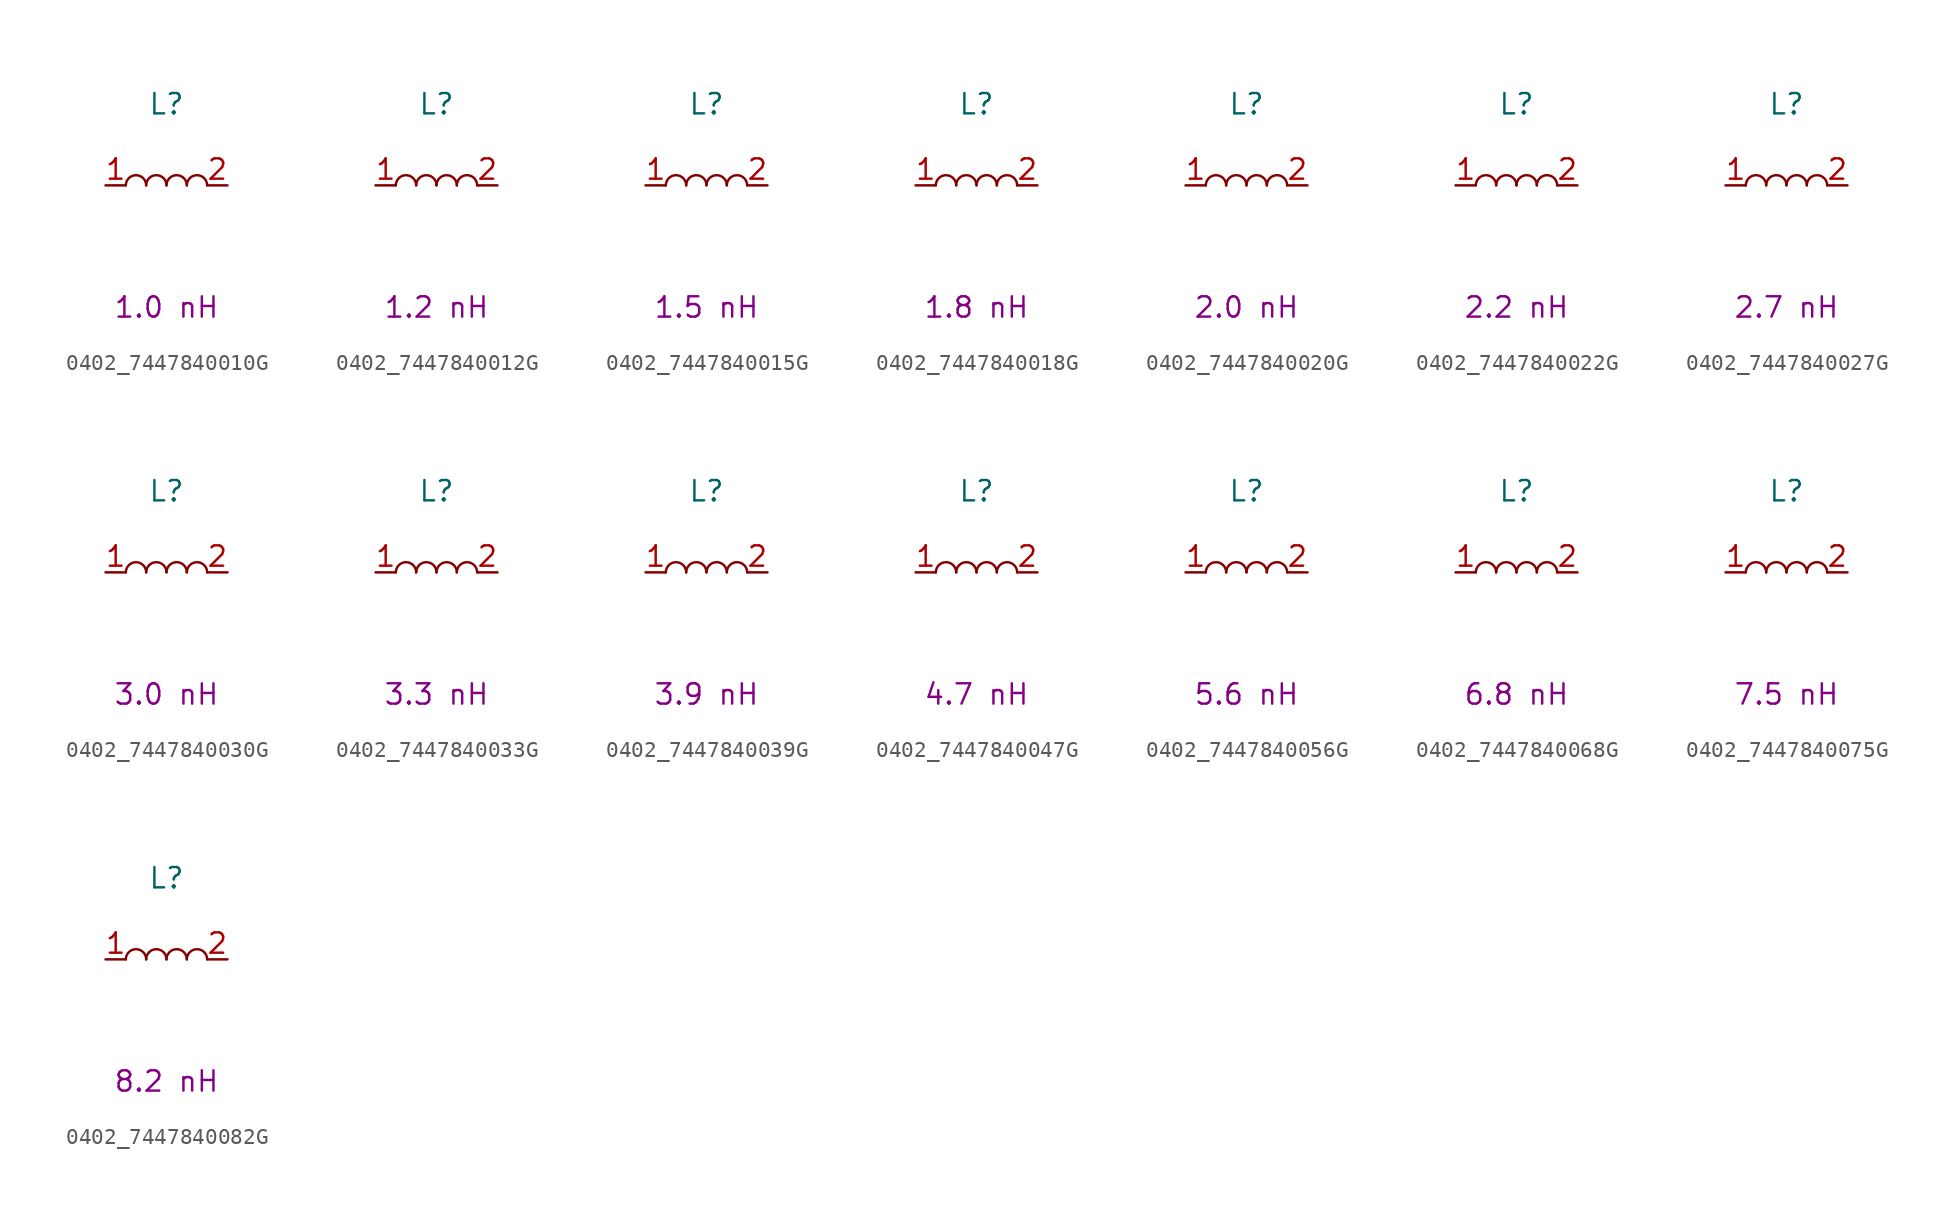
<source format=kicad_sym>
(kicad_symbol_lib
  (version 20220914)
  (generator kicad_symbol_editor)
  (symbol "0402_7447840010G"
    (pin_names hide)
    (property "Reference" "L"
      (at 0 5.08 0)
      (effects (font (size 1.27 1.27))))
    (property "Critical Parameter" "1.0 nH"
      (at 0 -7.62 0)
      (effects (font (size 1.27 1.27))))
    (symbol "0402_7447840010G_0_1"
      (arc (start -1.27 0) (mid -1.905 0.6323) (end -2.54 0) (stroke (width 0) (type default)) (fill (type none)))
      (arc (start 0 0) (mid -0.635 0.6323) (end -1.27 0) (stroke (width 0) (type default)) (fill (type none)))
      (arc (start 1.27 0) (mid 0.635 0.6323) (end 0 0) (stroke (width 0) (type default)) (fill (type none)))
      (arc (start 2.54 0) (mid 1.905 0.6323) (end 1.27 0) (stroke (width 0) (type default)) (fill (type none))))
    (symbol "0402_7447840010G_1_1"
      (pin passive line (at -3.81 0 0) (length 1.27) (name "1" (effects (font (size 1.27 1.27)))) (number "1" (effects (font (size 1.27 1.27)))))
      (pin passive line (at 3.81 0 180) (length 1.27) (name "2" (effects (font (size 1.27 1.27)))) (number "2" (effects (font (size 1.27 1.27)))))))
  (symbol "0402_7447840012G"
    (pin_names hide)
    (property "Reference" "L"
      (at 0 5.08 0)
      (effects (font (size 1.27 1.27))))
    (property "Critical Parameter" "1.2 nH"
      (at 0 -7.62 0)
      (effects (font (size 1.27 1.27))))
    (symbol "0402_7447840012G_0_1"
      (arc (start -1.27 0) (mid -1.905 0.6323) (end -2.54 0) (stroke (width 0) (type default)) (fill (type none)))
      (arc (start 0 0) (mid -0.635 0.6323) (end -1.27 0) (stroke (width 0) (type default)) (fill (type none)))
      (arc (start 1.27 0) (mid 0.635 0.6323) (end 0 0) (stroke (width 0) (type default)) (fill (type none)))
      (arc (start 2.54 0) (mid 1.905 0.6323) (end 1.27 0) (stroke (width 0) (type default)) (fill (type none))))
    (symbol "0402_7447840012G_1_1"
      (pin passive line (at -3.81 0 0) (length 1.27) (name "1" (effects (font (size 1.27 1.27)))) (number "1" (effects (font (size 1.27 1.27)))))
      (pin passive line (at 3.81 0 180) (length 1.27) (name "2" (effects (font (size 1.27 1.27)))) (number "2" (effects (font (size 1.27 1.27)))))))
  (symbol "0402_7447840015G"
    (pin_names hide)
    (property "Reference" "L"
      (at 0 5.08 0)
      (effects (font (size 1.27 1.27))))
    (property "Critical Parameter" "1.5 nH"
      (at 0 -7.62 0)
      (effects (font (size 1.27 1.27))))
    (symbol "0402_7447840015G_0_1"
      (arc (start -1.27 0) (mid -1.905 0.6323) (end -2.54 0) (stroke (width 0) (type default)) (fill (type none)))
      (arc (start 0 0) (mid -0.635 0.6323) (end -1.27 0) (stroke (width 0) (type default)) (fill (type none)))
      (arc (start 1.27 0) (mid 0.635 0.6323) (end 0 0) (stroke (width 0) (type default)) (fill (type none)))
      (arc (start 2.54 0) (mid 1.905 0.6323) (end 1.27 0) (stroke (width 0) (type default)) (fill (type none))))
    (symbol "0402_7447840015G_1_1"
      (pin passive line (at -3.81 0 0) (length 1.27) (name "1" (effects (font (size 1.27 1.27)))) (number "1" (effects (font (size 1.27 1.27)))))
      (pin passive line (at 3.81 0 180) (length 1.27) (name "2" (effects (font (size 1.27 1.27)))) (number "2" (effects (font (size 1.27 1.27)))))))
  (symbol "0402_7447840018G"
    (pin_names hide)
    (property "Reference" "L"
      (at 0 5.08 0)
      (effects (font (size 1.27 1.27))))
    (property "Critical Parameter" "1.8 nH"
      (at 0 -7.62 0)
      (effects (font (size 1.27 1.27))))
    (symbol "0402_7447840018G_0_1"
      (arc (start -1.27 0) (mid -1.905 0.6323) (end -2.54 0) (stroke (width 0) (type default)) (fill (type none)))
      (arc (start 0 0) (mid -0.635 0.6323) (end -1.27 0) (stroke (width 0) (type default)) (fill (type none)))
      (arc (start 1.27 0) (mid 0.635 0.6323) (end 0 0) (stroke (width 0) (type default)) (fill (type none)))
      (arc (start 2.54 0) (mid 1.905 0.6323) (end 1.27 0) (stroke (width 0) (type default)) (fill (type none))))
    (symbol "0402_7447840018G_1_1"
      (pin passive line (at -3.81 0 0) (length 1.27) (name "1" (effects (font (size 1.27 1.27)))) (number "1" (effects (font (size 1.27 1.27)))))
      (pin passive line (at 3.81 0 180) (length 1.27) (name "2" (effects (font (size 1.27 1.27)))) (number "2" (effects (font (size 1.27 1.27)))))))
  (symbol "0402_7447840020G"
    (pin_names hide)
    (property "Reference" "L"
      (at 0 5.08 0)
      (effects (font (size 1.27 1.27))))
    (property "Critical Parameter" "2.0 nH"
      (at 0 -7.62 0)
      (effects (font (size 1.27 1.27))))
    (symbol "0402_7447840020G_0_1"
      (arc (start -1.27 0) (mid -1.905 0.6323) (end -2.54 0) (stroke (width 0) (type default)) (fill (type none)))
      (arc (start 0 0) (mid -0.635 0.6323) (end -1.27 0) (stroke (width 0) (type default)) (fill (type none)))
      (arc (start 1.27 0) (mid 0.635 0.6323) (end 0 0) (stroke (width 0) (type default)) (fill (type none)))
      (arc (start 2.54 0) (mid 1.905 0.6323) (end 1.27 0) (stroke (width 0) (type default)) (fill (type none))))
    (symbol "0402_7447840020G_1_1"
      (pin passive line (at -3.81 0 0) (length 1.27) (name "1" (effects (font (size 1.27 1.27)))) (number "1" (effects (font (size 1.27 1.27)))))
      (pin passive line (at 3.81 0 180) (length 1.27) (name "2" (effects (font (size 1.27 1.27)))) (number "2" (effects (font (size 1.27 1.27)))))))
  (symbol "0402_7447840022G"
    (pin_names hide)
    (property "Reference" "L"
      (at 0 5.08 0)
      (effects (font (size 1.27 1.27))))
    (property "Critical Parameter" "2.2 nH"
      (at 0 -7.62 0)
      (effects (font (size 1.27 1.27))))
    (symbol "0402_7447840022G_0_1"
      (arc (start -1.27 0) (mid -1.905 0.6323) (end -2.54 0) (stroke (width 0) (type default)) (fill (type none)))
      (arc (start 0 0) (mid -0.635 0.6323) (end -1.27 0) (stroke (width 0) (type default)) (fill (type none)))
      (arc (start 1.27 0) (mid 0.635 0.6323) (end 0 0) (stroke (width 0) (type default)) (fill (type none)))
      (arc (start 2.54 0) (mid 1.905 0.6323) (end 1.27 0) (stroke (width 0) (type default)) (fill (type none))))
    (symbol "0402_7447840022G_1_1"
      (pin passive line (at -3.81 0 0) (length 1.27) (name "1" (effects (font (size 1.27 1.27)))) (number "1" (effects (font (size 1.27 1.27)))))
      (pin passive line (at 3.81 0 180) (length 1.27) (name "2" (effects (font (size 1.27 1.27)))) (number "2" (effects (font (size 1.27 1.27)))))))
  (symbol "0402_7447840027G"
    (pin_names hide)
    (property "Reference" "L"
      (at 0 5.08 0)
      (effects (font (size 1.27 1.27))))
    (property "Critical Parameter" "2.7 nH"
      (at 0 -7.62 0)
      (effects (font (size 1.27 1.27))))
    (symbol "0402_7447840027G_0_1"
      (arc (start -1.27 0) (mid -1.905 0.6323) (end -2.54 0) (stroke (width 0) (type default)) (fill (type none)))
      (arc (start 0 0) (mid -0.635 0.6323) (end -1.27 0) (stroke (width 0) (type default)) (fill (type none)))
      (arc (start 1.27 0) (mid 0.635 0.6323) (end 0 0) (stroke (width 0) (type default)) (fill (type none)))
      (arc (start 2.54 0) (mid 1.905 0.6323) (end 1.27 0) (stroke (width 0) (type default)) (fill (type none))))
    (symbol "0402_7447840027G_1_1"
      (pin passive line (at -3.81 0 0) (length 1.27) (name "1" (effects (font (size 1.27 1.27)))) (number "1" (effects (font (size 1.27 1.27)))))
      (pin passive line (at 3.81 0 180) (length 1.27) (name "2" (effects (font (size 1.27 1.27)))) (number "2" (effects (font (size 1.27 1.27)))))))
  (symbol "0402_7447840030G"
    (pin_names hide)
    (property "Reference" "L"
      (at 0 5.08 0)
      (effects (font (size 1.27 1.27))))
    (property "Critical Parameter" "3.0 nH"
      (at 0 -7.62 0)
      (effects (font (size 1.27 1.27))))
    (symbol "0402_7447840030G_0_1"
      (arc (start -1.27 0) (mid -1.905 0.6323) (end -2.54 0) (stroke (width 0) (type default)) (fill (type none)))
      (arc (start 0 0) (mid -0.635 0.6323) (end -1.27 0) (stroke (width 0) (type default)) (fill (type none)))
      (arc (start 1.27 0) (mid 0.635 0.6323) (end 0 0) (stroke (width 0) (type default)) (fill (type none)))
      (arc (start 2.54 0) (mid 1.905 0.6323) (end 1.27 0) (stroke (width 0) (type default)) (fill (type none))))
    (symbol "0402_7447840030G_1_1"
      (pin passive line (at -3.81 0 0) (length 1.27) (name "1" (effects (font (size 1.27 1.27)))) (number "1" (effects (font (size 1.27 1.27)))))
      (pin passive line (at 3.81 0 180) (length 1.27) (name "2" (effects (font (size 1.27 1.27)))) (number "2" (effects (font (size 1.27 1.27)))))))
  (symbol "0402_7447840033G"
    (pin_names hide)
    (property "Reference" "L"
      (at 0 5.08 0)
      (effects (font (size 1.27 1.27))))
    (property "Critical Parameter" "3.3 nH"
      (at 0 -7.62 0)
      (effects (font (size 1.27 1.27))))
    (symbol "0402_7447840033G_0_1"
      (arc (start -1.27 0) (mid -1.905 0.6323) (end -2.54 0) (stroke (width 0) (type default)) (fill (type none)))
      (arc (start 0 0) (mid -0.635 0.6323) (end -1.27 0) (stroke (width 0) (type default)) (fill (type none)))
      (arc (start 1.27 0) (mid 0.635 0.6323) (end 0 0) (stroke (width 0) (type default)) (fill (type none)))
      (arc (start 2.54 0) (mid 1.905 0.6323) (end 1.27 0) (stroke (width 0) (type default)) (fill (type none))))
    (symbol "0402_7447840033G_1_1"
      (pin passive line (at -3.81 0 0) (length 1.27) (name "1" (effects (font (size 1.27 1.27)))) (number "1" (effects (font (size 1.27 1.27)))))
      (pin passive line (at 3.81 0 180) (length 1.27) (name "2" (effects (font (size 1.27 1.27)))) (number "2" (effects (font (size 1.27 1.27)))))))
  (symbol "0402_7447840039G"
    (pin_names hide)
    (property "Reference" "L"
      (at 0 5.08 0)
      (effects (font (size 1.27 1.27))))
    (property "Critical Parameter" "3.9 nH"
      (at 0 -7.62 0)
      (effects (font (size 1.27 1.27))))
    (symbol "0402_7447840039G_0_1"
      (arc (start -1.27 0) (mid -1.905 0.6323) (end -2.54 0) (stroke (width 0) (type default)) (fill (type none)))
      (arc (start 0 0) (mid -0.635 0.6323) (end -1.27 0) (stroke (width 0) (type default)) (fill (type none)))
      (arc (start 1.27 0) (mid 0.635 0.6323) (end 0 0) (stroke (width 0) (type default)) (fill (type none)))
      (arc (start 2.54 0) (mid 1.905 0.6323) (end 1.27 0) (stroke (width 0) (type default)) (fill (type none))))
    (symbol "0402_7447840039G_1_1"
      (pin passive line (at -3.81 0 0) (length 1.27) (name "1" (effects (font (size 1.27 1.27)))) (number "1" (effects (font (size 1.27 1.27)))))
      (pin passive line (at 3.81 0 180) (length 1.27) (name "2" (effects (font (size 1.27 1.27)))) (number "2" (effects (font (size 1.27 1.27)))))))
  (symbol "0402_7447840047G"
    (pin_names hide)
    (property "Reference" "L"
      (at 0 5.08 0)
      (effects (font (size 1.27 1.27))))
    (property "Critical Parameter" "4.7 nH"
      (at 0 -7.62 0)
      (effects (font (size 1.27 1.27))))
    (symbol "0402_7447840047G_0_1"
      (arc (start -1.27 0) (mid -1.905 0.6323) (end -2.54 0) (stroke (width 0) (type default)) (fill (type none)))
      (arc (start 0 0) (mid -0.635 0.6323) (end -1.27 0) (stroke (width 0) (type default)) (fill (type none)))
      (arc (start 1.27 0) (mid 0.635 0.6323) (end 0 0) (stroke (width 0) (type default)) (fill (type none)))
      (arc (start 2.54 0) (mid 1.905 0.6323) (end 1.27 0) (stroke (width 0) (type default)) (fill (type none))))
    (symbol "0402_7447840047G_1_1"
      (pin passive line (at -3.81 0 0) (length 1.27) (name "1" (effects (font (size 1.27 1.27)))) (number "1" (effects (font (size 1.27 1.27)))))
      (pin passive line (at 3.81 0 180) (length 1.27) (name "2" (effects (font (size 1.27 1.27)))) (number "2" (effects (font (size 1.27 1.27)))))))
  (symbol "0402_7447840056G"
    (pin_names hide)
    (property "Reference" "L"
      (at 0 5.08 0)
      (effects (font (size 1.27 1.27))))
    (property "Critical Parameter" "5.6 nH"
      (at 0 -7.62 0)
      (effects (font (size 1.27 1.27))))
    (symbol "0402_7447840056G_0_1"
      (arc (start -1.27 0) (mid -1.905 0.6323) (end -2.54 0) (stroke (width 0) (type default)) (fill (type none)))
      (arc (start 0 0) (mid -0.635 0.6323) (end -1.27 0) (stroke (width 0) (type default)) (fill (type none)))
      (arc (start 1.27 0) (mid 0.635 0.6323) (end 0 0) (stroke (width 0) (type default)) (fill (type none)))
      (arc (start 2.54 0) (mid 1.905 0.6323) (end 1.27 0) (stroke (width 0) (type default)) (fill (type none))))
    (symbol "0402_7447840056G_1_1"
      (pin passive line (at -3.81 0 0) (length 1.27) (name "1" (effects (font (size 1.27 1.27)))) (number "1" (effects (font (size 1.27 1.27)))))
      (pin passive line (at 3.81 0 180) (length 1.27) (name "2" (effects (font (size 1.27 1.27)))) (number "2" (effects (font (size 1.27 1.27)))))))
  (symbol "0402_7447840068G"
    (pin_names hide)
    (property "Reference" "L"
      (at 0 5.08 0)
      (effects (font (size 1.27 1.27))))
    (property "Critical Parameter" "6.8 nH"
      (at 0 -7.62 0)
      (effects (font (size 1.27 1.27))))
    (symbol "0402_7447840068G_0_1"
      (arc (start -1.27 0) (mid -1.905 0.6323) (end -2.54 0) (stroke (width 0) (type default)) (fill (type none)))
      (arc (start 0 0) (mid -0.635 0.6323) (end -1.27 0) (stroke (width 0) (type default)) (fill (type none)))
      (arc (start 1.27 0) (mid 0.635 0.6323) (end 0 0) (stroke (width 0) (type default)) (fill (type none)))
      (arc (start 2.54 0) (mid 1.905 0.6323) (end 1.27 0) (stroke (width 0) (type default)) (fill (type none))))
    (symbol "0402_7447840068G_1_1"
      (pin passive line (at -3.81 0 0) (length 1.27) (name "1" (effects (font (size 1.27 1.27)))) (number "1" (effects (font (size 1.27 1.27)))))
      (pin passive line (at 3.81 0 180) (length 1.27) (name "2" (effects (font (size 1.27 1.27)))) (number "2" (effects (font (size 1.27 1.27)))))))
  (symbol "0402_7447840075G"
    (pin_names hide)
    (property "Reference" "L"
      (at 0 5.08 0)
      (effects (font (size 1.27 1.27))))
    (property "Critical Parameter" "7.5 nH"
      (at 0 -7.62 0)
      (effects (font (size 1.27 1.27))))
    (symbol "0402_7447840075G_0_1"
      (arc (start -1.27 0) (mid -1.905 0.6323) (end -2.54 0) (stroke (width 0) (type default)) (fill (type none)))
      (arc (start 0 0) (mid -0.635 0.6323) (end -1.27 0) (stroke (width 0) (type default)) (fill (type none)))
      (arc (start 1.27 0) (mid 0.635 0.6323) (end 0 0) (stroke (width 0) (type default)) (fill (type none)))
      (arc (start 2.54 0) (mid 1.905 0.6323) (end 1.27 0) (stroke (width 0) (type default)) (fill (type none))))
    (symbol "0402_7447840075G_1_1"
      (pin passive line (at -3.81 0 0) (length 1.27) (name "1" (effects (font (size 1.27 1.27)))) (number "1" (effects (font (size 1.27 1.27)))))
      (pin passive line (at 3.81 0 180) (length 1.27) (name "2" (effects (font (size 1.27 1.27)))) (number "2" (effects (font (size 1.27 1.27)))))))
  (symbol "0402_7447840082G"
    (pin_names hide)
    (property "Reference" "L"
      (at 0 5.08 0)
      (effects (font (size 1.27 1.27))))
    (property "Critical Parameter" "8.2 nH"
      (at 0 -7.62 0)
      (effects (font (size 1.27 1.27))))
    (symbol "0402_7447840082G_0_1"
      (arc (start -1.27 0) (mid -1.905 0.6323) (end -2.54 0) (stroke (width 0) (type default)) (fill (type none)))
      (arc (start 0 0) (mid -0.635 0.6323) (end -1.27 0) (stroke (width 0) (type default)) (fill (type none)))
      (arc (start 1.27 0) (mid 0.635 0.6323) (end 0 0) (stroke (width 0) (type default)) (fill (type none)))
      (arc (start 2.54 0) (mid 1.905 0.6323) (end 1.27 0) (stroke (width 0) (type default)) (fill (type none))))
    (symbol "0402_7447840082G_1_1"
      (pin passive line (at -3.81 0 0) (length 1.27) (name "1" (effects (font (size 1.27 1.27)))) (number "1" (effects (font (size 1.27 1.27)))))
      (pin passive line (at 3.81 0 180) (length 1.27) (name "2" (effects (font (size 1.27 1.27)))) (number "2" (effects (font (size 1.27 1.27))))))))
</source>
